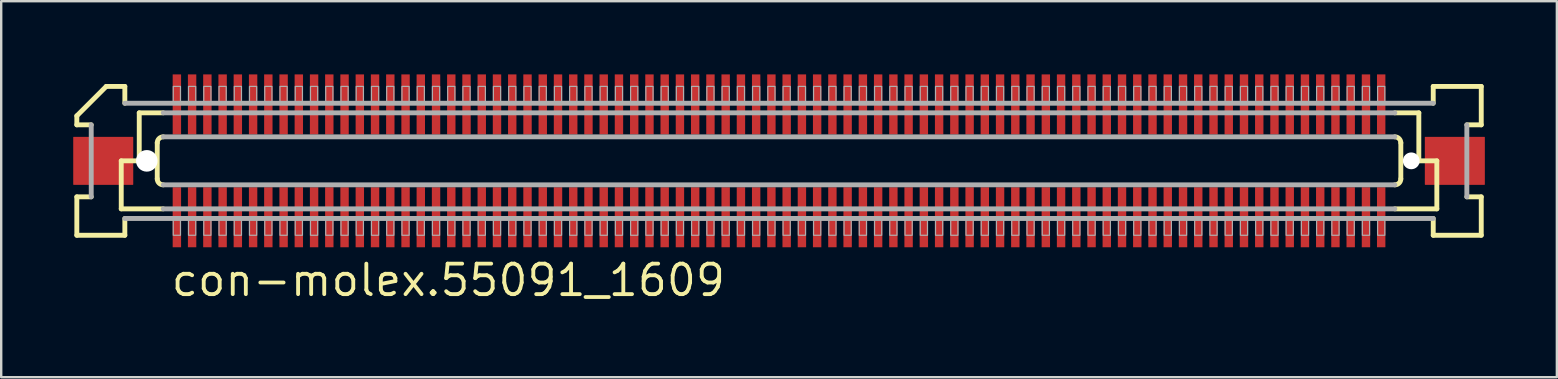
<source format=kicad_pcb>
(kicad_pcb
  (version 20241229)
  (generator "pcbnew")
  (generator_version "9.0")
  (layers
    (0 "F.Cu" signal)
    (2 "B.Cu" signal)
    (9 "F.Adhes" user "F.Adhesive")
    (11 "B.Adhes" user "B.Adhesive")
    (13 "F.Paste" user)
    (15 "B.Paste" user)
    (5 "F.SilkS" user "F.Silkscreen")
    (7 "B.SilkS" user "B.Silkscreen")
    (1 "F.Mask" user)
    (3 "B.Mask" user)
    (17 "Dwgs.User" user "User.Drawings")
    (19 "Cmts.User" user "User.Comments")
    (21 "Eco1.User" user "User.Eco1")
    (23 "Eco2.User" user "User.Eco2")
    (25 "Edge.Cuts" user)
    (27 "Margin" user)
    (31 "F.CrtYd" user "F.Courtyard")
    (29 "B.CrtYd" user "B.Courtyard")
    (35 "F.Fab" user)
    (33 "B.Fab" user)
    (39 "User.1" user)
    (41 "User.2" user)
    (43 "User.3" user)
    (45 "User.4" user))
  (footprint "con-molex.55091_1609"
    (layer "F.Cu")
    (at 29.4 3.65)
    (property "Reference" "con-molex.55091_1609" (at -25.4 5.715 0) (layer "F.SilkS") (effects (font (size 1.27 1.27) (thickness 0.16)) (justify left bottom)))
    (attr smd)
    (fp_rect (start -25.282 -1.075) (end -24.883 -3.625) (stroke (width 0.05) (type default)) (fill yes) (layer "F.Mask"))
    (fp_rect (start -25.282 3.625) (end -24.883 1.075) (stroke (width 0.05) (type default)) (fill yes) (layer "F.Mask"))
    (fp_rect (start -24.648 -1.075) (end -24.247 -3.625) (stroke (width 0.05) (type default)) (fill yes) (layer "F.Mask"))
    (fp_rect (start -24.648 3.625) (end -24.247 1.075) (stroke (width 0.05) (type default)) (fill yes) (layer "F.Mask"))
    (fp_rect (start -24.012 -1.075) (end -23.613 -3.625) (stroke (width 0.05) (type default)) (fill yes) (layer "F.Mask"))
    (fp_rect (start -24.012 3.625) (end -23.613 1.075) (stroke (width 0.05) (type default)) (fill yes) (layer "F.Mask"))
    (fp_rect (start -23.378 -1.075) (end -22.977 -3.625) (stroke (width 0.05) (type default)) (fill yes) (layer "F.Mask"))
    (fp_rect (start -23.378 3.625) (end -22.977 1.075) (stroke (width 0.05) (type default)) (fill yes) (layer "F.Mask"))
    (fp_rect (start -22.742 -1.075) (end -22.343 -3.625) (stroke (width 0.05) (type default)) (fill yes) (layer "F.Mask"))
    (fp_rect (start -22.742 3.625) (end -22.343 1.075) (stroke (width 0.05) (type default)) (fill yes) (layer "F.Mask"))
    (fp_rect (start -22.108 -1.075) (end -21.707 -3.625) (stroke (width 0.05) (type default)) (fill yes) (layer "F.Mask"))
    (fp_rect (start -22.108 3.625) (end -21.707 1.075) (stroke (width 0.05) (type default)) (fill yes) (layer "F.Mask"))
    (fp_rect (start -21.473 -1.075) (end -21.073 -3.625) (stroke (width 0.05) (type default)) (fill yes) (layer "F.Mask"))
    (fp_rect (start -21.473 3.625) (end -21.073 1.075) (stroke (width 0.05) (type default)) (fill yes) (layer "F.Mask"))
    (fp_rect (start -20.837 -1.075) (end -20.438 -3.625) (stroke (width 0.05) (type default)) (fill yes) (layer "F.Mask"))
    (fp_rect (start -20.837 3.625) (end -20.438 1.075) (stroke (width 0.05) (type default)) (fill yes) (layer "F.Mask"))
    (fp_rect (start -20.203 -1.075) (end -19.802 -3.625) (stroke (width 0.05) (type default)) (fill yes) (layer "F.Mask"))
    (fp_rect (start -20.203 3.625) (end -19.802 1.075) (stroke (width 0.05) (type default)) (fill yes) (layer "F.Mask"))
    (fp_rect (start -19.567 -1.075) (end -19.168 -3.625) (stroke (width 0.05) (type default)) (fill yes) (layer "F.Mask"))
    (fp_rect (start -19.567 3.625) (end -19.168 1.075) (stroke (width 0.05) (type default)) (fill yes) (layer "F.Mask"))
    (fp_rect (start -18.933 -1.075) (end -18.532 -3.625) (stroke (width 0.05) (type default)) (fill yes) (layer "F.Mask"))
    (fp_rect (start -18.933 3.625) (end -18.532 1.075) (stroke (width 0.05) (type default)) (fill yes) (layer "F.Mask"))
    (fp_rect (start -18.297 -1.075) (end -17.898 -3.625) (stroke (width 0.05) (type default)) (fill yes) (layer "F.Mask"))
    (fp_rect (start -18.297 3.625) (end -17.898 1.075) (stroke (width 0.05) (type default)) (fill yes) (layer "F.Mask"))
    (fp_rect (start -17.663 -1.075) (end -17.262 -3.625) (stroke (width 0.05) (type default)) (fill yes) (layer "F.Mask"))
    (fp_rect (start -17.663 3.625) (end -17.262 1.075) (stroke (width 0.05) (type default)) (fill yes) (layer "F.Mask"))
    (fp_rect (start -17.027 -1.075) (end -16.628 -3.625) (stroke (width 0.05) (type default)) (fill yes) (layer "F.Mask"))
    (fp_rect (start -17.027 3.625) (end -16.628 1.075) (stroke (width 0.05) (type default)) (fill yes) (layer "F.Mask"))
    (fp_rect (start -16.392 -1.075) (end -15.992 -3.625) (stroke (width 0.05) (type default)) (fill yes) (layer "F.Mask"))
    (fp_rect (start -16.392 3.625) (end -15.992 1.075) (stroke (width 0.05) (type default)) (fill yes) (layer "F.Mask"))
    (fp_rect (start -15.758 -1.075) (end -15.357 -3.625) (stroke (width 0.05) (type default)) (fill yes) (layer "F.Mask"))
    (fp_rect (start -15.758 3.625) (end -15.357 1.075) (stroke (width 0.05) (type default)) (fill yes) (layer "F.Mask"))
    (fp_rect (start -15.123 -1.075) (end -14.723 -3.625) (stroke (width 0.05) (type default)) (fill yes) (layer "F.Mask"))
    (fp_rect (start -15.123 3.625) (end -14.723 1.075) (stroke (width 0.05) (type default)) (fill yes) (layer "F.Mask"))
    (fp_rect (start -14.488 -1.075) (end -14.088 -3.625) (stroke (width 0.05) (type default)) (fill yes) (layer "F.Mask"))
    (fp_rect (start -14.488 3.625) (end -14.088 1.075) (stroke (width 0.05) (type default)) (fill yes) (layer "F.Mask"))
    (fp_rect (start -13.852 -1.075) (end -13.453 -3.625) (stroke (width 0.05) (type default)) (fill yes) (layer "F.Mask"))
    (fp_rect (start -13.852 3.625) (end -13.453 1.075) (stroke (width 0.05) (type default)) (fill yes) (layer "F.Mask"))
    (fp_rect (start -13.217 -1.075) (end -12.818 -3.625) (stroke (width 0.05) (type default)) (fill yes) (layer "F.Mask"))
    (fp_rect (start -13.217 3.625) (end -12.818 1.075) (stroke (width 0.05) (type default)) (fill yes) (layer "F.Mask"))
    (fp_rect (start -12.582 -1.075) (end -12.182 -3.625) (stroke (width 0.05) (type default)) (fill yes) (layer "F.Mask"))
    (fp_rect (start -12.582 3.625) (end -12.182 1.075) (stroke (width 0.05) (type default)) (fill yes) (layer "F.Mask"))
    (fp_rect (start -11.947 -1.075) (end -11.547 -3.625) (stroke (width 0.05) (type default)) (fill yes) (layer "F.Mask"))
    (fp_rect (start -11.947 3.625) (end -11.547 1.075) (stroke (width 0.05) (type default)) (fill yes) (layer "F.Mask"))
    (fp_rect (start -11.312 -1.075) (end -10.912 -3.625) (stroke (width 0.05) (type default)) (fill yes) (layer "F.Mask"))
    (fp_rect (start -11.312 3.625) (end -10.912 1.075) (stroke (width 0.05) (type default)) (fill yes) (layer "F.Mask"))
    (fp_rect (start -10.678 -1.075) (end -10.277 -3.625) (stroke (width 0.05) (type default)) (fill yes) (layer "F.Mask"))
    (fp_rect (start -10.678 3.625) (end -10.277 1.075) (stroke (width 0.05) (type default)) (fill yes) (layer "F.Mask"))
    (fp_rect (start -10.043 -1.075) (end -9.643 -3.625) (stroke (width 0.05) (type default)) (fill yes) (layer "F.Mask"))
    (fp_rect (start -10.043 3.625) (end -9.643 1.075) (stroke (width 0.05) (type default)) (fill yes) (layer "F.Mask"))
    (fp_rect (start -9.408 -1.075) (end -9.008 -3.625) (stroke (width 0.05) (type default)) (fill yes) (layer "F.Mask"))
    (fp_rect (start -9.408 3.625) (end -9.008 1.075) (stroke (width 0.05) (type default)) (fill yes) (layer "F.Mask"))
    (fp_rect (start -8.773 -1.075) (end -8.373 -3.625) (stroke (width 0.05) (type default)) (fill yes) (layer "F.Mask"))
    (fp_rect (start -8.773 3.625) (end -8.373 1.075) (stroke (width 0.05) (type default)) (fill yes) (layer "F.Mask"))
    (fp_rect (start -8.137 -1.075) (end -7.737 -3.625) (stroke (width 0.05) (type default)) (fill yes) (layer "F.Mask"))
    (fp_rect (start -8.137 3.625) (end -7.737 1.075) (stroke (width 0.05) (type default)) (fill yes) (layer "F.Mask"))
    (fp_rect (start -7.503 -1.075) (end -7.103 -3.625) (stroke (width 0.05) (type default)) (fill yes) (layer "F.Mask"))
    (fp_rect (start -7.503 3.625) (end -7.103 1.075) (stroke (width 0.05) (type default)) (fill yes) (layer "F.Mask"))
    (fp_rect (start -6.867 -1.075) (end -6.468 -3.625) (stroke (width 0.05) (type default)) (fill yes) (layer "F.Mask"))
    (fp_rect (start -6.867 3.625) (end -6.468 1.075) (stroke (width 0.05) (type default)) (fill yes) (layer "F.Mask"))
    (fp_rect (start -6.232 -1.075) (end -5.832 -3.625) (stroke (width 0.05) (type default)) (fill yes) (layer "F.Mask"))
    (fp_rect (start -6.232 3.625) (end -5.832 1.075) (stroke (width 0.05) (type default)) (fill yes) (layer "F.Mask"))
    (fp_rect (start -5.598 -1.075) (end -5.197 -3.625) (stroke (width 0.05) (type default)) (fill yes) (layer "F.Mask"))
    (fp_rect (start -5.598 3.625) (end -5.197 1.075) (stroke (width 0.05) (type default)) (fill yes) (layer "F.Mask"))
    (fp_rect (start -4.963 -1.075) (end -4.562 -3.625) (stroke (width 0.05) (type default)) (fill yes) (layer "F.Mask"))
    (fp_rect (start -4.963 3.625) (end -4.562 1.075) (stroke (width 0.05) (type default)) (fill yes) (layer "F.Mask"))
    (fp_rect (start -4.327 -1.075) (end -3.928 -3.625) (stroke (width 0.05) (type default)) (fill yes) (layer "F.Mask"))
    (fp_rect (start -4.327 3.625) (end -3.928 1.075) (stroke (width 0.05) (type default)) (fill yes) (layer "F.Mask"))
    (fp_rect (start -3.692 -1.075) (end -3.292 -3.625) (stroke (width 0.05) (type default)) (fill yes) (layer "F.Mask"))
    (fp_rect (start -3.692 3.625) (end -3.292 1.075) (stroke (width 0.05) (type default)) (fill yes) (layer "F.Mask"))
    (fp_rect (start -3.058 -1.075) (end -2.658 -3.625) (stroke (width 0.05) (type default)) (fill yes) (layer "F.Mask"))
    (fp_rect (start -3.058 3.625) (end -2.658 1.075) (stroke (width 0.05) (type default)) (fill yes) (layer "F.Mask"))
    (fp_rect (start -2.422 -1.075) (end -2.022 -3.625) (stroke (width 0.05) (type default)) (fill yes) (layer "F.Mask"))
    (fp_rect (start -2.422 3.625) (end -2.022 1.075) (stroke (width 0.05) (type default)) (fill yes) (layer "F.Mask"))
    (fp_rect (start -1.788 -1.075) (end -1.387 -3.625) (stroke (width 0.05) (type default)) (fill yes) (layer "F.Mask"))
    (fp_rect (start -1.788 3.625) (end -1.387 1.075) (stroke (width 0.05) (type default)) (fill yes) (layer "F.Mask"))
    (fp_rect (start -1.153 -1.075) (end -0.752 -3.625) (stroke (width 0.05) (type default)) (fill yes) (layer "F.Mask"))
    (fp_rect (start -1.153 3.625) (end -0.752 1.075) (stroke (width 0.05) (type default)) (fill yes) (layer "F.Mask"))
    (fp_rect (start -0.517 -1.075) (end -0.117 -3.625) (stroke (width 0.05) (type default)) (fill yes) (layer "F.Mask"))
    (fp_rect (start -0.517 3.625) (end -0.117 1.075) (stroke (width 0.05) (type default)) (fill yes) (layer "F.Mask"))
    (fp_rect (start 0.117 -1.075) (end 0.517 -3.625) (stroke (width 0.05) (type default)) (fill yes) (layer "F.Mask"))
    (fp_rect (start 0.117 3.625) (end 0.517 1.075) (stroke (width 0.05) (type default)) (fill yes) (layer "F.Mask"))
    (fp_rect (start 0.752 -1.075) (end 1.153 -3.625) (stroke (width 0.05) (type default)) (fill yes) (layer "F.Mask"))
    (fp_rect (start 0.752 3.625) (end 1.153 1.075) (stroke (width 0.05) (type default)) (fill yes) (layer "F.Mask"))
    (fp_rect (start 1.387 -1.075) (end 1.788 -3.625) (stroke (width 0.05) (type default)) (fill yes) (layer "F.Mask"))
    (fp_rect (start 1.387 3.625) (end 1.788 1.075) (stroke (width 0.05) (type default)) (fill yes) (layer "F.Mask"))
    (fp_rect (start 2.022 -1.075) (end 2.422 -3.625) (stroke (width 0.05) (type default)) (fill yes) (layer "F.Mask"))
    (fp_rect (start 2.022 3.625) (end 2.422 1.075) (stroke (width 0.05) (type default)) (fill yes) (layer "F.Mask"))
    (fp_rect (start 2.658 -1.075) (end 3.058 -3.625) (stroke (width 0.05) (type default)) (fill yes) (layer "F.Mask"))
    (fp_rect (start 2.658 3.625) (end 3.058 1.075) (stroke (width 0.05) (type default)) (fill yes) (layer "F.Mask"))
    (fp_rect (start 3.292 -1.075) (end 3.692 -3.625) (stroke (width 0.05) (type default)) (fill yes) (layer "F.Mask"))
    (fp_rect (start 3.292 3.625) (end 3.692 1.075) (stroke (width 0.05) (type default)) (fill yes) (layer "F.Mask"))
    (fp_rect (start 3.928 -1.075) (end 4.327 -3.625) (stroke (width 0.05) (type default)) (fill yes) (layer "F.Mask"))
    (fp_rect (start 3.928 3.625) (end 4.327 1.075) (stroke (width 0.05) (type default)) (fill yes) (layer "F.Mask"))
    (fp_rect (start 4.562 -1.075) (end 4.963 -3.625) (stroke (width 0.05) (type default)) (fill yes) (layer "F.Mask"))
    (fp_rect (start 4.562 3.625) (end 4.963 1.075) (stroke (width 0.05) (type default)) (fill yes) (layer "F.Mask"))
    (fp_rect (start 5.197 -1.075) (end 5.598 -3.625) (stroke (width 0.05) (type default)) (fill yes) (layer "F.Mask"))
    (fp_rect (start 5.197 3.625) (end 5.598 1.075) (stroke (width 0.05) (type default)) (fill yes) (layer "F.Mask"))
    (fp_rect (start 5.832 -1.075) (end 6.232 -3.625) (stroke (width 0.05) (type default)) (fill yes) (layer "F.Mask"))
    (fp_rect (start 5.832 3.625) (end 6.232 1.075) (stroke (width 0.05) (type default)) (fill yes) (layer "F.Mask"))
    (fp_rect (start 6.468 -1.075) (end 6.867 -3.625) (stroke (width 0.05) (type default)) (fill yes) (layer "F.Mask"))
    (fp_rect (start 6.468 3.625) (end 6.867 1.075) (stroke (width 0.05) (type default)) (fill yes) (layer "F.Mask"))
    (fp_rect (start 7.103 -1.075) (end 7.503 -3.625) (stroke (width 0.05) (type default)) (fill yes) (layer "F.Mask"))
    (fp_rect (start 7.103 3.625) (end 7.503 1.075) (stroke (width 0.05) (type default)) (fill yes) (layer "F.Mask"))
    (fp_rect (start 7.737 -1.075) (end 8.137 -3.625) (stroke (width 0.05) (type default)) (fill yes) (layer "F.Mask"))
    (fp_rect (start 7.737 3.625) (end 8.137 1.075) (stroke (width 0.05) (type default)) (fill yes) (layer "F.Mask"))
    (fp_rect (start 8.373 -1.075) (end 8.773 -3.625) (stroke (width 0.05) (type default)) (fill yes) (layer "F.Mask"))
    (fp_rect (start 8.373 3.625) (end 8.773 1.075) (stroke (width 0.05) (type default)) (fill yes) (layer "F.Mask"))
    (fp_rect (start 9.008 -1.075) (end 9.408 -3.625) (stroke (width 0.05) (type default)) (fill yes) (layer "F.Mask"))
    (fp_rect (start 9.008 3.625) (end 9.408 1.075) (stroke (width 0.05) (type default)) (fill yes) (layer "F.Mask"))
    (fp_rect (start 9.643 -1.075) (end 10.043 -3.625) (stroke (width 0.05) (type default)) (fill yes) (layer "F.Mask"))
    (fp_rect (start 9.643 3.625) (end 10.043 1.075) (stroke (width 0.05) (type default)) (fill yes) (layer "F.Mask"))
    (fp_rect (start 10.277 -1.075) (end 10.678 -3.625) (stroke (width 0.05) (type default)) (fill yes) (layer "F.Mask"))
    (fp_rect (start 10.277 3.625) (end 10.678 1.075) (stroke (width 0.05) (type default)) (fill yes) (layer "F.Mask"))
    (fp_rect (start 10.912 -1.075) (end 11.312 -3.625) (stroke (width 0.05) (type default)) (fill yes) (layer "F.Mask"))
    (fp_rect (start 10.912 3.625) (end 11.312 1.075) (stroke (width 0.05) (type default)) (fill yes) (layer "F.Mask"))
    (fp_rect (start 11.547 -1.075) (end 11.947 -3.625) (stroke (width 0.05) (type default)) (fill yes) (layer "F.Mask"))
    (fp_rect (start 11.547 3.625) (end 11.947 1.075) (stroke (width 0.05) (type default)) (fill yes) (layer "F.Mask"))
    (fp_rect (start 12.182 -1.075) (end 12.582 -3.625) (stroke (width 0.05) (type default)) (fill yes) (layer "F.Mask"))
    (fp_rect (start 12.182 3.625) (end 12.582 1.075) (stroke (width 0.05) (type default)) (fill yes) (layer "F.Mask"))
    (fp_rect (start 12.818 -1.075) (end 13.217 -3.625) (stroke (width 0.05) (type default)) (fill yes) (layer "F.Mask"))
    (fp_rect (start 12.818 3.625) (end 13.217 1.075) (stroke (width 0.05) (type default)) (fill yes) (layer "F.Mask"))
    (fp_rect (start 13.453 -1.075) (end 13.852 -3.625) (stroke (width 0.05) (type default)) (fill yes) (layer "F.Mask"))
    (fp_rect (start 13.453 3.625) (end 13.852 1.075) (stroke (width 0.05) (type default)) (fill yes) (layer "F.Mask"))
    (fp_rect (start 14.088 -1.075) (end 14.488 -3.625) (stroke (width 0.05) (type default)) (fill yes) (layer "F.Mask"))
    (fp_rect (start 14.088 3.625) (end 14.488 1.075) (stroke (width 0.05) (type default)) (fill yes) (layer "F.Mask"))
    (fp_rect (start 14.723 -1.075) (end 15.123 -3.625) (stroke (width 0.05) (type default)) (fill yes) (layer "F.Mask"))
    (fp_rect (start 14.723 3.625) (end 15.123 1.075) (stroke (width 0.05) (type default)) (fill yes) (layer "F.Mask"))
    (fp_rect (start 15.357 -1.075) (end 15.758 -3.625) (stroke (width 0.05) (type default)) (fill yes) (layer "F.Mask"))
    (fp_rect (start 15.357 3.625) (end 15.758 1.075) (stroke (width 0.05) (type default)) (fill yes) (layer "F.Mask"))
    (fp_rect (start 15.992 -1.075) (end 16.392 -3.625) (stroke (width 0.05) (type default)) (fill yes) (layer "F.Mask"))
    (fp_rect (start 15.992 3.625) (end 16.392 1.075) (stroke (width 0.05) (type default)) (fill yes) (layer "F.Mask"))
    (fp_rect (start 16.628 -1.075) (end 17.027 -3.625) (stroke (width 0.05) (type default)) (fill yes) (layer "F.Mask"))
    (fp_rect (start 16.628 3.625) (end 17.027 1.075) (stroke (width 0.05) (type default)) (fill yes) (layer "F.Mask"))
    (fp_rect (start 17.262 -1.075) (end 17.663 -3.625) (stroke (width 0.05) (type default)) (fill yes) (layer "F.Mask"))
    (fp_rect (start 17.262 3.625) (end 17.663 1.075) (stroke (width 0.05) (type default)) (fill yes) (layer "F.Mask"))
    (fp_rect (start 17.898 -1.075) (end 18.297 -3.625) (stroke (width 0.05) (type default)) (fill yes) (layer "F.Mask"))
    (fp_rect (start 17.898 3.625) (end 18.297 1.075) (stroke (width 0.05) (type default)) (fill yes) (layer "F.Mask"))
    (fp_rect (start 18.532 -1.075) (end 18.933 -3.625) (stroke (width 0.05) (type default)) (fill yes) (layer "F.Mask"))
    (fp_rect (start 18.532 3.625) (end 18.933 1.075) (stroke (width 0.05) (type default)) (fill yes) (layer "F.Mask"))
    (fp_rect (start 19.168 -1.075) (end 19.567 -3.625) (stroke (width 0.05) (type default)) (fill yes) (layer "F.Mask"))
    (fp_rect (start 19.168 3.625) (end 19.567 1.075) (stroke (width 0.05) (type default)) (fill yes) (layer "F.Mask"))
    (fp_rect (start 19.802 -1.075) (end 20.203 -3.625) (stroke (width 0.05) (type default)) (fill yes) (layer "F.Mask"))
    (fp_rect (start 19.802 3.625) (end 20.203 1.075) (stroke (width 0.05) (type default)) (fill yes) (layer "F.Mask"))
    (fp_rect (start 20.438 -1.075) (end 20.837 -3.625) (stroke (width 0.05) (type default)) (fill yes) (layer "F.Mask"))
    (fp_rect (start 20.438 3.625) (end 20.837 1.075) (stroke (width 0.05) (type default)) (fill yes) (layer "F.Mask"))
    (fp_rect (start 21.073 -1.075) (end 21.473 -3.625) (stroke (width 0.05) (type default)) (fill yes) (layer "F.Mask"))
    (fp_rect (start 21.073 3.625) (end 21.473 1.075) (stroke (width 0.05) (type default)) (fill yes) (layer "F.Mask"))
    (fp_rect (start 21.707 -1.075) (end 22.108 -3.625) (stroke (width 0.05) (type default)) (fill yes) (layer "F.Mask"))
    (fp_rect (start 21.707 3.625) (end 22.108 1.075) (stroke (width 0.05) (type default)) (fill yes) (layer "F.Mask"))
    (fp_rect (start 22.343 -1.075) (end 22.742 -3.625) (stroke (width 0.05) (type default)) (fill yes) (layer "F.Mask"))
    (fp_rect (start 22.343 3.625) (end 22.742 1.075) (stroke (width 0.05) (type default)) (fill yes) (layer "F.Mask"))
    (fp_rect (start 22.977 -1.075) (end 23.378 -3.625) (stroke (width 0.05) (type default)) (fill yes) (layer "F.Mask"))
    (fp_rect (start 22.977 3.625) (end 23.378 1.075) (stroke (width 0.05) (type default)) (fill yes) (layer "F.Mask"))
    (fp_rect (start 23.613 -1.075) (end 24.012 -3.625) (stroke (width 0.05) (type default)) (fill yes) (layer "F.Mask"))
    (fp_rect (start 23.613 3.625) (end 24.012 1.075) (stroke (width 0.05) (type default)) (fill yes) (layer "F.Mask"))
    (fp_rect (start 24.247 -1.075) (end 24.648 -3.625) (stroke (width 0.05) (type default)) (fill yes) (layer "F.Mask"))
    (fp_rect (start 24.247 3.625) (end 24.648 1.075) (stroke (width 0.05) (type default)) (fill yes) (layer "F.Mask"))
    (fp_rect (start 24.883 -1.075) (end 25.282 -3.625) (stroke (width 0.05) (type default)) (fill yes) (layer "F.Mask"))
    (fp_rect (start 24.883 3.625) (end 25.282 1.075) (stroke (width 0.05) (type default)) (fill yes) (layer "F.Mask"))
    (fp_line (start -29.25 -1.5) (end -29.25 -1.875) (stroke (width 0.203) (type default)) (layer "F.SilkS"))
    (fp_line (start -29.25 1.5) (end -28.65 1.5) (stroke (width 0.203) (type default)) (layer "F.SilkS"))
    (fp_line (start -29.25 3.1) (end -29.25 1.5) (stroke (width 0.203) (type default)) (layer "F.SilkS"))
    (fp_line (start -28.65 -1.5) (end -29.25 -1.5) (stroke (width 0.203) (type default)) (layer "F.SilkS"))
    (fp_line (start -28.025 -3.1) (end -29.25 -1.875) (stroke (width 0.203) (type default)) (layer "F.SilkS"))
    (fp_line (start -28.025 -3.1) (end -27.25 -3.1) (stroke (width 0.203) (type default)) (layer "F.SilkS"))
    (fp_line (start -27.4 0) (end -27.4 2) (stroke (width 0.203) (type default)) (layer "F.SilkS"))
    (fp_line (start -27.4 2) (end -25.65 2) (stroke (width 0.203) (type default)) (layer "F.SilkS"))
    (fp_line (start -27.25 -3.1) (end -27.25 -2.4) (stroke (width 0.203) (type default)) (layer "F.SilkS"))
    (fp_line (start -27.25 2.4) (end -27.25 3.1) (stroke (width 0.203) (type default)) (layer "F.SilkS"))
    (fp_line (start -27.25 3.1) (end -29.25 3.1) (stroke (width 0.203) (type default)) (layer "F.SilkS"))
    (fp_line (start -26.65 -2) (end -26.65 0) (stroke (width 0.203) (type default)) (layer "F.SilkS"))
    (fp_line (start -26.65 0) (end -27.4 0) (stroke (width 0.203) (type default)) (layer "F.SilkS"))
    (fp_line (start -25.9 0.75) (end -25.9 -0.75) (stroke (width 0.203) (type default)) (layer "F.SilkS"))
    (fp_line (start -25.65 -2) (end -26.65 -2) (stroke (width 0.203) (type default)) (layer "F.SilkS"))
    (fp_line (start 25.65 2) (end 27.4 2) (stroke (width 0.203) (type default)) (layer "F.SilkS"))
    (fp_line (start 25.9 -0.75) (end 25.9 0.75) (stroke (width 0.203) (type default)) (layer "F.SilkS"))
    (fp_line (start 26.65 -2) (end 25.65 -2) (stroke (width 0.203) (type default)) (layer "F.SilkS"))
    (fp_line (start 26.65 -2) (end 26.65 0) (stroke (width 0.203) (type default)) (layer "F.SilkS"))
    (fp_line (start 27.25 -3.1) (end 29.25 -3.1) (stroke (width 0.203) (type default)) (layer "F.SilkS"))
    (fp_line (start 27.25 -2.4) (end 27.25 -3.1) (stroke (width 0.203) (type default)) (layer "F.SilkS"))
    (fp_line (start 27.25 3.1) (end 27.25 2.4) (stroke (width 0.203) (type default)) (layer "F.SilkS"))
    (fp_line (start 27.4 0) (end 26.65 0) (stroke (width 0.203) (type default)) (layer "F.SilkS"))
    (fp_line (start 27.4 0) (end 27.4 2) (stroke (width 0.203) (type default)) (layer "F.SilkS"))
    (fp_line (start 28.65 1.5) (end 29.25 1.5) (stroke (width 0.203) (type default)) (layer "F.SilkS"))
    (fp_line (start 29.25 -3.1) (end 29.25 -1.5) (stroke (width 0.203) (type default)) (layer "F.SilkS"))
    (fp_line (start 29.25 -1.5) (end 28.65 -1.5) (stroke (width 0.203) (type default)) (layer "F.SilkS"))
    (fp_line (start 29.25 1.5) (end 29.25 3.1) (stroke (width 0.203) (type default)) (layer "F.SilkS"))
    (fp_line (start 29.25 3.1) (end 27.25 3.1) (stroke (width 0.203) (type default)) (layer "F.SilkS"))
    (fp_arc (start -25.9 -0.75) (mid -25.826777 -0.926777) (end -25.65 -1) (stroke (width 0.2032) (type default)) (layer "F.SilkS"))
    (fp_arc (start -25.65 1) (mid -25.826777 0.926777) (end -25.9 0.75) (stroke (width 0.2032) (type default)) (layer "F.SilkS"))
    (fp_arc (start 25.65 -1) (mid 25.826777 -0.926777) (end 25.9 -0.75) (stroke (width 0.2032) (type default)) (layer "F.SilkS"))
    (fp_arc (start 25.9 0.75) (mid 25.826777 0.926777) (end 25.65 1) (stroke (width 0.2032) (type default)) (layer "F.SilkS"))
    (fp_line (start -28.65 1.5) (end -28.65 -1.5) (stroke (width 0.203) (type default)) (layer "F.Fab"))
    (fp_line (start -27.25 -2.4) (end 27.25 -2.4) (stroke (width 0.203) (type default)) (layer "F.Fab"))
    (fp_line (start -25.65 -1) (end 25.65 -1) (stroke (width 0.203) (type default)) (layer "F.Fab"))
    (fp_line (start -25.65 2) (end 25.65 2) (stroke (width 0.203) (type default)) (layer "F.Fab"))
    (fp_line (start 25.65 -2) (end -25.65 -2) (stroke (width 0.203) (type default)) (layer "F.Fab"))
    (fp_line (start 25.65 1) (end -25.65 1) (stroke (width 0.203) (type default)) (layer "F.Fab"))
    (fp_line (start 27.25 2.4) (end -27.25 2.4) (stroke (width 0.203) (type default)) (layer "F.Fab"))
    (fp_line (start 28.65 -1.5) (end 28.65 1.5) (stroke (width 0.203) (type default)) (layer "F.Fab"))
    (fp_rect (start -25.233 -2.375) (end -24.933 -3.1) (stroke (width 0.05) (type default)) (fill no) (layer "F.Fab"))
    (fp_rect (start -25.233 3.1) (end -24.933 2.375) (stroke (width 0.05) (type default)) (fill no) (layer "F.Fab"))
    (fp_rect (start -24.598 -2.375) (end -24.297 -3.1) (stroke (width 0.05) (type default)) (fill no) (layer "F.Fab"))
    (fp_rect (start -24.598 3.1) (end -24.297 2.375) (stroke (width 0.05) (type default)) (fill no) (layer "F.Fab"))
    (fp_rect (start -23.962 -2.375) (end -23.663 -3.1) (stroke (width 0.05) (type default)) (fill no) (layer "F.Fab"))
    (fp_rect (start -23.962 3.1) (end -23.663 2.375) (stroke (width 0.05) (type default)) (fill no) (layer "F.Fab"))
    (fp_rect (start -23.328 -2.375) (end -23.027 -3.1) (stroke (width 0.05) (type default)) (fill no) (layer "F.Fab"))
    (fp_rect (start -23.328 3.1) (end -23.027 2.375) (stroke (width 0.05) (type default)) (fill no) (layer "F.Fab"))
    (fp_rect (start -22.692 -2.375) (end -22.392 -3.1) (stroke (width 0.05) (type default)) (fill no) (layer "F.Fab"))
    (fp_rect (start -22.692 3.1) (end -22.392 2.375) (stroke (width 0.05) (type default)) (fill no) (layer "F.Fab"))
    (fp_rect (start -22.058 -2.375) (end -21.758 -3.1) (stroke (width 0.05) (type default)) (fill no) (layer "F.Fab"))
    (fp_rect (start -22.058 3.1) (end -21.758 2.375) (stroke (width 0.05) (type default)) (fill no) (layer "F.Fab"))
    (fp_rect (start -21.422 -2.375) (end -21.122 -3.1) (stroke (width 0.05) (type default)) (fill no) (layer "F.Fab"))
    (fp_rect (start -21.422 3.1) (end -21.122 2.375) (stroke (width 0.05) (type default)) (fill no) (layer "F.Fab"))
    (fp_rect (start -20.788 -2.375) (end -20.488 -3.1) (stroke (width 0.05) (type default)) (fill no) (layer "F.Fab"))
    (fp_rect (start -20.788 3.1) (end -20.488 2.375) (stroke (width 0.05) (type default)) (fill no) (layer "F.Fab"))
    (fp_rect (start -20.152 -2.375) (end -19.852 -3.1) (stroke (width 0.05) (type default)) (fill no) (layer "F.Fab"))
    (fp_rect (start -20.152 3.1) (end -19.852 2.375) (stroke (width 0.05) (type default)) (fill no) (layer "F.Fab"))
    (fp_rect (start -19.517 -2.375) (end -19.218 -3.1) (stroke (width 0.05) (type default)) (fill no) (layer "F.Fab"))
    (fp_rect (start -19.517 3.1) (end -19.218 2.375) (stroke (width 0.05) (type default)) (fill no) (layer "F.Fab"))
    (fp_rect (start -18.883 -2.375) (end -18.582 -3.1) (stroke (width 0.05) (type default)) (fill no) (layer "F.Fab"))
    (fp_rect (start -18.883 3.1) (end -18.582 2.375) (stroke (width 0.05) (type default)) (fill no) (layer "F.Fab"))
    (fp_rect (start -18.247 -2.375) (end -17.948 -3.1) (stroke (width 0.05) (type default)) (fill no) (layer "F.Fab"))
    (fp_rect (start -18.247 3.1) (end -17.948 2.375) (stroke (width 0.05) (type default)) (fill no) (layer "F.Fab"))
    (fp_rect (start -17.613 -2.375) (end -17.312 -3.1) (stroke (width 0.05) (type default)) (fill no) (layer "F.Fab"))
    (fp_rect (start -17.613 3.1) (end -17.312 2.375) (stroke (width 0.05) (type default)) (fill no) (layer "F.Fab"))
    (fp_rect (start -16.977 -2.375) (end -16.677 -3.1) (stroke (width 0.05) (type default)) (fill no) (layer "F.Fab"))
    (fp_rect (start -16.977 3.1) (end -16.677 2.375) (stroke (width 0.05) (type default)) (fill no) (layer "F.Fab"))
    (fp_rect (start -16.343 -2.375) (end -16.043 -3.1) (stroke (width 0.05) (type default)) (fill no) (layer "F.Fab"))
    (fp_rect (start -16.343 3.1) (end -16.043 2.375) (stroke (width 0.05) (type default)) (fill no) (layer "F.Fab"))
    (fp_rect (start -15.707 -2.375) (end -15.408 -3.1) (stroke (width 0.05) (type default)) (fill no) (layer "F.Fab"))
    (fp_rect (start -15.707 3.1) (end -15.408 2.375) (stroke (width 0.05) (type default)) (fill no) (layer "F.Fab"))
    (fp_rect (start -15.072 -2.375) (end -14.773 -3.1) (stroke (width 0.05) (type default)) (fill no) (layer "F.Fab"))
    (fp_rect (start -15.072 3.1) (end -14.773 2.375) (stroke (width 0.05) (type default)) (fill no) (layer "F.Fab"))
    (fp_rect (start -14.438 -2.375) (end -14.137 -3.1) (stroke (width 0.05) (type default)) (fill no) (layer "F.Fab"))
    (fp_rect (start -14.438 3.1) (end -14.137 2.375) (stroke (width 0.05) (type default)) (fill no) (layer "F.Fab"))
    (fp_rect (start -13.803 -2.375) (end -13.502 -3.1) (stroke (width 0.05) (type default)) (fill no) (layer "F.Fab"))
    (fp_rect (start -13.803 3.1) (end -13.502 2.375) (stroke (width 0.05) (type default)) (fill no) (layer "F.Fab"))
    (fp_rect (start -13.168 -2.375) (end -12.867 -3.1) (stroke (width 0.05) (type default)) (fill no) (layer "F.Fab"))
    (fp_rect (start -13.168 3.1) (end -12.867 2.375) (stroke (width 0.05) (type default)) (fill no) (layer "F.Fab"))
    (fp_rect (start -12.533 -2.375) (end -12.232 -3.1) (stroke (width 0.05) (type default)) (fill no) (layer "F.Fab"))
    (fp_rect (start -12.533 3.1) (end -12.232 2.375) (stroke (width 0.05) (type default)) (fill no) (layer "F.Fab"))
    (fp_rect (start -11.898 -2.375) (end -11.598 -3.1) (stroke (width 0.05) (type default)) (fill no) (layer "F.Fab"))
    (fp_rect (start -11.898 3.1) (end -11.598 2.375) (stroke (width 0.05) (type default)) (fill no) (layer "F.Fab"))
    (fp_rect (start -11.262 -2.375) (end -10.963 -3.1) (stroke (width 0.05) (type default)) (fill no) (layer "F.Fab"))
    (fp_rect (start -11.262 3.1) (end -10.963 2.375) (stroke (width 0.05) (type default)) (fill no) (layer "F.Fab"))
    (fp_rect (start -10.627 -2.375) (end -10.328 -3.1) (stroke (width 0.05) (type default)) (fill no) (layer "F.Fab"))
    (fp_rect (start -10.627 3.1) (end -10.328 2.375) (stroke (width 0.05) (type default)) (fill no) (layer "F.Fab"))
    (fp_rect (start -9.992 -2.375) (end -9.693 -3.1) (stroke (width 0.05) (type default)) (fill no) (layer "F.Fab"))
    (fp_rect (start -9.992 3.1) (end -9.693 2.375) (stroke (width 0.05) (type default)) (fill no) (layer "F.Fab"))
    (fp_rect (start -9.357 -2.375) (end -9.057 -3.1) (stroke (width 0.05) (type default)) (fill no) (layer "F.Fab"))
    (fp_rect (start -9.357 3.1) (end -9.057 2.375) (stroke (width 0.05) (type default)) (fill no) (layer "F.Fab"))
    (fp_rect (start -8.723 -2.375) (end -8.422 -3.1) (stroke (width 0.05) (type default)) (fill no) (layer "F.Fab"))
    (fp_rect (start -8.723 3.1) (end -8.422 2.375) (stroke (width 0.05) (type default)) (fill no) (layer "F.Fab"))
    (fp_rect (start -8.088 -2.375) (end -7.787 -3.1) (stroke (width 0.05) (type default)) (fill no) (layer "F.Fab"))
    (fp_rect (start -8.088 3.1) (end -7.787 2.375) (stroke (width 0.05) (type default)) (fill no) (layer "F.Fab"))
    (fp_rect (start -7.452 -2.375) (end -7.152 -3.1) (stroke (width 0.05) (type default)) (fill no) (layer "F.Fab"))
    (fp_rect (start -7.452 3.1) (end -7.152 2.375) (stroke (width 0.05) (type default)) (fill no) (layer "F.Fab"))
    (fp_rect (start -6.817 -2.375) (end -6.518 -3.1) (stroke (width 0.05) (type default)) (fill no) (layer "F.Fab"))
    (fp_rect (start -6.817 3.1) (end -6.518 2.375) (stroke (width 0.05) (type default)) (fill no) (layer "F.Fab"))
    (fp_rect (start -6.183 -2.375) (end -5.883 -3.1) (stroke (width 0.05) (type default)) (fill no) (layer "F.Fab"))
    (fp_rect (start -6.183 3.1) (end -5.883 2.375) (stroke (width 0.05) (type default)) (fill no) (layer "F.Fab"))
    (fp_rect (start -5.548 -2.375) (end -5.247 -3.1) (stroke (width 0.05) (type default)) (fill no) (layer "F.Fab"))
    (fp_rect (start -5.548 3.1) (end -5.247 2.375) (stroke (width 0.05) (type default)) (fill no) (layer "F.Fab"))
    (fp_rect (start -4.912 -2.375) (end -4.612 -3.1) (stroke (width 0.05) (type default)) (fill no) (layer "F.Fab"))
    (fp_rect (start -4.912 3.1) (end -4.612 2.375) (stroke (width 0.05) (type default)) (fill no) (layer "F.Fab"))
    (fp_rect (start -4.277 -2.375) (end -3.978 -3.1) (stroke (width 0.05) (type default)) (fill no) (layer "F.Fab"))
    (fp_rect (start -4.277 3.1) (end -3.978 2.375) (stroke (width 0.05) (type default)) (fill no) (layer "F.Fab"))
    (fp_rect (start -3.643 -2.375) (end -3.342 -3.1) (stroke (width 0.05) (type default)) (fill no) (layer "F.Fab"))
    (fp_rect (start -3.643 3.1) (end -3.342 2.375) (stroke (width 0.05) (type default)) (fill no) (layer "F.Fab"))
    (fp_rect (start -3.007 -2.375) (end -2.708 -3.1) (stroke (width 0.05) (type default)) (fill no) (layer "F.Fab"))
    (fp_rect (start -3.007 3.1) (end -2.708 2.375) (stroke (width 0.05) (type default)) (fill no) (layer "F.Fab"))
    (fp_rect (start -2.373 -2.375) (end -2.072 -3.1) (stroke (width 0.05) (type default)) (fill no) (layer "F.Fab"))
    (fp_rect (start -2.373 3.1) (end -2.072 2.375) (stroke (width 0.05) (type default)) (fill no) (layer "F.Fab"))
    (fp_rect (start -1.738 -2.375) (end -1.438 -3.1) (stroke (width 0.05) (type default)) (fill no) (layer "F.Fab"))
    (fp_rect (start -1.738 3.1) (end -1.438 2.375) (stroke (width 0.05) (type default)) (fill no) (layer "F.Fab"))
    (fp_rect (start -1.103 -2.375) (end -0.802 -3.1) (stroke (width 0.05) (type default)) (fill no) (layer "F.Fab"))
    (fp_rect (start -1.103 3.1) (end -0.802 2.375) (stroke (width 0.05) (type default)) (fill no) (layer "F.Fab"))
    (fp_rect (start -0.468 -2.375) (end -0.168 -3.1) (stroke (width 0.05) (type default)) (fill no) (layer "F.Fab"))
    (fp_rect (start -0.468 3.1) (end -0.168 2.375) (stroke (width 0.05) (type default)) (fill no) (layer "F.Fab"))
    (fp_rect (start 0.168 -2.375) (end 0.468 -3.1) (stroke (width 0.05) (type default)) (fill no) (layer "F.Fab"))
    (fp_rect (start 0.168 3.1) (end 0.468 2.375) (stroke (width 0.05) (type default)) (fill no) (layer "F.Fab"))
    (fp_rect (start 0.802 -2.375) (end 1.103 -3.1) (stroke (width 0.05) (type default)) (fill no) (layer "F.Fab"))
    (fp_rect (start 0.802 3.1) (end 1.103 2.375) (stroke (width 0.05) (type default)) (fill no) (layer "F.Fab"))
    (fp_rect (start 1.438 -2.375) (end 1.738 -3.1) (stroke (width 0.05) (type default)) (fill no) (layer "F.Fab"))
    (fp_rect (start 1.438 3.1) (end 1.738 2.375) (stroke (width 0.05) (type default)) (fill no) (layer "F.Fab"))
    (fp_rect (start 2.072 -2.375) (end 2.373 -3.1) (stroke (width 0.05) (type default)) (fill no) (layer "F.Fab"))
    (fp_rect (start 2.072 3.1) (end 2.373 2.375) (stroke (width 0.05) (type default)) (fill no) (layer "F.Fab"))
    (fp_rect (start 2.708 -2.375) (end 3.007 -3.1) (stroke (width 0.05) (type default)) (fill no) (layer "F.Fab"))
    (fp_rect (start 2.708 3.1) (end 3.007 2.375) (stroke (width 0.05) (type default)) (fill no) (layer "F.Fab"))
    (fp_rect (start 3.342 -2.375) (end 3.643 -3.1) (stroke (width 0.05) (type default)) (fill no) (layer "F.Fab"))
    (fp_rect (start 3.342 3.1) (end 3.643 2.375) (stroke (width 0.05) (type default)) (fill no) (layer "F.Fab"))
    (fp_rect (start 3.978 -2.375) (end 4.277 -3.1) (stroke (width 0.05) (type default)) (fill no) (layer "F.Fab"))
    (fp_rect (start 3.978 3.1) (end 4.277 2.375) (stroke (width 0.05) (type default)) (fill no) (layer "F.Fab"))
    (fp_rect (start 4.612 -2.375) (end 4.912 -3.1) (stroke (width 0.05) (type default)) (fill no) (layer "F.Fab"))
    (fp_rect (start 4.612 3.1) (end 4.912 2.375) (stroke (width 0.05) (type default)) (fill no) (layer "F.Fab"))
    (fp_rect (start 5.247 -2.375) (end 5.548 -3.1) (stroke (width 0.05) (type default)) (fill no) (layer "F.Fab"))
    (fp_rect (start 5.247 3.1) (end 5.548 2.375) (stroke (width 0.05) (type default)) (fill no) (layer "F.Fab"))
    (fp_rect (start 5.883 -2.375) (end 6.183 -3.1) (stroke (width 0.05) (type default)) (fill no) (layer "F.Fab"))
    (fp_rect (start 5.883 3.1) (end 6.183 2.375) (stroke (width 0.05) (type default)) (fill no) (layer "F.Fab"))
    (fp_rect (start 6.518 -2.375) (end 6.817 -3.1) (stroke (width 0.05) (type default)) (fill no) (layer "F.Fab"))
    (fp_rect (start 6.518 3.1) (end 6.817 2.375) (stroke (width 0.05) (type default)) (fill no) (layer "F.Fab"))
    (fp_rect (start 7.152 -2.375) (end 7.452 -3.1) (stroke (width 0.05) (type default)) (fill no) (layer "F.Fab"))
    (fp_rect (start 7.152 3.1) (end 7.452 2.375) (stroke (width 0.05) (type default)) (fill no) (layer "F.Fab"))
    (fp_rect (start 7.787 -2.375) (end 8.088 -3.1) (stroke (width 0.05) (type default)) (fill no) (layer "F.Fab"))
    (fp_rect (start 7.787 3.1) (end 8.088 2.375) (stroke (width 0.05) (type default)) (fill no) (layer "F.Fab"))
    (fp_rect (start 8.422 -2.375) (end 8.723 -3.1) (stroke (width 0.05) (type default)) (fill no) (layer "F.Fab"))
    (fp_rect (start 8.422 3.1) (end 8.723 2.375) (stroke (width 0.05) (type default)) (fill no) (layer "F.Fab"))
    (fp_rect (start 9.057 -2.375) (end 9.357 -3.1) (stroke (width 0.05) (type default)) (fill no) (layer "F.Fab"))
    (fp_rect (start 9.057 3.1) (end 9.357 2.375) (stroke (width 0.05) (type default)) (fill no) (layer "F.Fab"))
    (fp_rect (start 9.693 -2.375) (end 9.992 -3.1) (stroke (width 0.05) (type default)) (fill no) (layer "F.Fab"))
    (fp_rect (start 9.693 3.1) (end 9.992 2.375) (stroke (width 0.05) (type default)) (fill no) (layer "F.Fab"))
    (fp_rect (start 10.328 -2.375) (end 10.627 -3.1) (stroke (width 0.05) (type default)) (fill no) (layer "F.Fab"))
    (fp_rect (start 10.328 3.1) (end 10.627 2.375) (stroke (width 0.05) (type default)) (fill no) (layer "F.Fab"))
    (fp_rect (start 10.963 -2.375) (end 11.262 -3.1) (stroke (width 0.05) (type default)) (fill no) (layer "F.Fab"))
    (fp_rect (start 10.963 3.1) (end 11.262 2.375) (stroke (width 0.05) (type default)) (fill no) (layer "F.Fab"))
    (fp_rect (start 11.598 -2.375) (end 11.898 -3.1) (stroke (width 0.05) (type default)) (fill no) (layer "F.Fab"))
    (fp_rect (start 11.598 3.1) (end 11.898 2.375) (stroke (width 0.05) (type default)) (fill no) (layer "F.Fab"))
    (fp_rect (start 12.232 -2.375) (end 12.533 -3.1) (stroke (width 0.05) (type default)) (fill no) (layer "F.Fab"))
    (fp_rect (start 12.232 3.1) (end 12.533 2.375) (stroke (width 0.05) (type default)) (fill no) (layer "F.Fab"))
    (fp_rect (start 12.867 -2.375) (end 13.168 -3.1) (stroke (width 0.05) (type default)) (fill no) (layer "F.Fab"))
    (fp_rect (start 12.867 3.1) (end 13.168 2.375) (stroke (width 0.05) (type default)) (fill no) (layer "F.Fab"))
    (fp_rect (start 13.502 -2.375) (end 13.803 -3.1) (stroke (width 0.05) (type default)) (fill no) (layer "F.Fab"))
    (fp_rect (start 13.502 3.1) (end 13.803 2.375) (stroke (width 0.05) (type default)) (fill no) (layer "F.Fab"))
    (fp_rect (start 14.137 -2.375) (end 14.438 -3.1) (stroke (width 0.05) (type default)) (fill no) (layer "F.Fab"))
    (fp_rect (start 14.137 3.1) (end 14.438 2.375) (stroke (width 0.05) (type default)) (fill no) (layer "F.Fab"))
    (fp_rect (start 14.773 -2.375) (end 15.072 -3.1) (stroke (width 0.05) (type default)) (fill no) (layer "F.Fab"))
    (fp_rect (start 14.773 3.1) (end 15.072 2.375) (stroke (width 0.05) (type default)) (fill no) (layer "F.Fab"))
    (fp_rect (start 15.408 -2.375) (end 15.707 -3.1) (stroke (width 0.05) (type default)) (fill no) (layer "F.Fab"))
    (fp_rect (start 15.408 3.1) (end 15.707 2.375) (stroke (width 0.05) (type default)) (fill no) (layer "F.Fab"))
    (fp_rect (start 16.043 -2.375) (end 16.343 -3.1) (stroke (width 0.05) (type default)) (fill no) (layer "F.Fab"))
    (fp_rect (start 16.043 3.1) (end 16.343 2.375) (stroke (width 0.05) (type default)) (fill no) (layer "F.Fab"))
    (fp_rect (start 16.677 -2.375) (end 16.977 -3.1) (stroke (width 0.05) (type default)) (fill no) (layer "F.Fab"))
    (fp_rect (start 16.677 3.1) (end 16.977 2.375) (stroke (width 0.05) (type default)) (fill no) (layer "F.Fab"))
    (fp_rect (start 17.312 -2.375) (end 17.613 -3.1) (stroke (width 0.05) (type default)) (fill no) (layer "F.Fab"))
    (fp_rect (start 17.312 3.1) (end 17.613 2.375) (stroke (width 0.05) (type default)) (fill no) (layer "F.Fab"))
    (fp_rect (start 17.948 -2.375) (end 18.247 -3.1) (stroke (width 0.05) (type default)) (fill no) (layer "F.Fab"))
    (fp_rect (start 17.948 3.1) (end 18.247 2.375) (stroke (width 0.05) (type default)) (fill no) (layer "F.Fab"))
    (fp_rect (start 18.582 -2.375) (end 18.883 -3.1) (stroke (width 0.05) (type default)) (fill no) (layer "F.Fab"))
    (fp_rect (start 18.582 3.1) (end 18.883 2.375) (stroke (width 0.05) (type default)) (fill no) (layer "F.Fab"))
    (fp_rect (start 19.218 -2.375) (end 19.517 -3.1) (stroke (width 0.05) (type default)) (fill no) (layer "F.Fab"))
    (fp_rect (start 19.218 3.1) (end 19.517 2.375) (stroke (width 0.05) (type default)) (fill no) (layer "F.Fab"))
    (fp_rect (start 19.852 -2.375) (end 20.152 -3.1) (stroke (width 0.05) (type default)) (fill no) (layer "F.Fab"))
    (fp_rect (start 19.852 3.1) (end 20.152 2.375) (stroke (width 0.05) (type default)) (fill no) (layer "F.Fab"))
    (fp_rect (start 20.488 -2.375) (end 20.788 -3.1) (stroke (width 0.05) (type default)) (fill no) (layer "F.Fab"))
    (fp_rect (start 20.488 3.1) (end 20.788 2.375) (stroke (width 0.05) (type default)) (fill no) (layer "F.Fab"))
    (fp_rect (start 21.122 -2.375) (end 21.422 -3.1) (stroke (width 0.05) (type default)) (fill no) (layer "F.Fab"))
    (fp_rect (start 21.122 3.1) (end 21.422 2.375) (stroke (width 0.05) (type default)) (fill no) (layer "F.Fab"))
    (fp_rect (start 21.758 -2.375) (end 22.058 -3.1) (stroke (width 0.05) (type default)) (fill no) (layer "F.Fab"))
    (fp_rect (start 21.758 3.1) (end 22.058 2.375) (stroke (width 0.05) (type default)) (fill no) (layer "F.Fab"))
    (fp_rect (start 22.392 -2.375) (end 22.692 -3.1) (stroke (width 0.05) (type default)) (fill no) (layer "F.Fab"))
    (fp_rect (start 22.392 3.1) (end 22.692 2.375) (stroke (width 0.05) (type default)) (fill no) (layer "F.Fab"))
    (fp_rect (start 23.027 -2.375) (end 23.328 -3.1) (stroke (width 0.05) (type default)) (fill no) (layer "F.Fab"))
    (fp_rect (start 23.027 3.1) (end 23.328 2.375) (stroke (width 0.05) (type default)) (fill no) (layer "F.Fab"))
    (fp_rect (start 23.663 -2.375) (end 23.962 -3.1) (stroke (width 0.05) (type default)) (fill no) (layer "F.Fab"))
    (fp_rect (start 23.663 3.1) (end 23.962 2.375) (stroke (width 0.05) (type default)) (fill no) (layer "F.Fab"))
    (fp_rect (start 24.297 -2.375) (end 24.598 -3.1) (stroke (width 0.05) (type default)) (fill no) (layer "F.Fab"))
    (fp_rect (start 24.297 3.1) (end 24.598 2.375) (stroke (width 0.05) (type default)) (fill no) (layer "F.Fab"))
    (fp_rect (start 24.933 -2.375) (end 25.233 -3.1) (stroke (width 0.05) (type default)) (fill no) (layer "F.Fab"))
    (fp_rect (start 24.933 3.1) (end 25.233 2.375) (stroke (width 0.05) (type default)) (fill no) (layer "F.Fab"))
    (pad "" np_thru_hole circle (at -26.335 0) (size 0.9 0.9) (drill 0.9) (layers "*.Cu" "*.Mask"))
    (pad "" np_thru_hole circle (at 26.335 0) (size 0.7 0.7) (drill 0.7) (layers "*.Cu" "*.Mask"))
    (pad "1" smd roundrect (at -25.082 -2.35) (size 0.35 2.5) (layers "F.Cu" "F.Mask" "F.Paste") (roundrect_rratio 0.01))
    (pad "2" smd roundrect (at -25.082 2.35 180) (size 0.35 2.5) (layers "F.Cu" "F.Mask" "F.Paste") (roundrect_rratio 0.01))
    (pad "3" smd roundrect (at -24.448 -2.35) (size 0.35 2.5) (layers "F.Cu" "F.Mask" "F.Paste") (roundrect_rratio 0.01))
    (pad "4" smd roundrect (at -24.448 2.35 180) (size 0.35 2.5) (layers "F.Cu" "F.Mask" "F.Paste") (roundrect_rratio 0.01))
    (pad "5" smd roundrect (at -23.812 -2.35) (size 0.35 2.5) (layers "F.Cu" "F.Mask" "F.Paste") (roundrect_rratio 0.01))
    (pad "6" smd roundrect (at -23.812 2.35 180) (size 0.35 2.5) (layers "F.Cu" "F.Mask" "F.Paste") (roundrect_rratio 0.01))
    (pad "7" smd roundrect (at -23.177 -2.35) (size 0.35 2.5) (layers "F.Cu" "F.Mask" "F.Paste") (roundrect_rratio 0.01))
    (pad "8" smd roundrect (at -23.177 2.35 180) (size 0.35 2.5) (layers "F.Cu" "F.Mask" "F.Paste") (roundrect_rratio 0.01))
    (pad "9" smd roundrect (at -22.543 -2.35) (size 0.35 2.5) (layers "F.Cu" "F.Mask" "F.Paste") (roundrect_rratio 0.01))
    (pad "10" smd roundrect (at -22.543 2.35 180) (size 0.35 2.5) (layers "F.Cu" "F.Mask" "F.Paste") (roundrect_rratio 0.01))
    (pad "11" smd roundrect (at -21.907 -2.35) (size 0.35 2.5) (layers "F.Cu" "F.Mask" "F.Paste") (roundrect_rratio 0.01))
    (pad "12" smd roundrect (at -21.907 2.35 180) (size 0.35 2.5) (layers "F.Cu" "F.Mask" "F.Paste") (roundrect_rratio 0.01))
    (pad "13" smd roundrect (at -21.273 -2.35) (size 0.35 2.5) (layers "F.Cu" "F.Mask" "F.Paste") (roundrect_rratio 0.01))
    (pad "14" smd roundrect (at -21.273 2.35 180) (size 0.35 2.5) (layers "F.Cu" "F.Mask" "F.Paste") (roundrect_rratio 0.01))
    (pad "15" smd roundrect (at -20.637 -2.35) (size 0.35 2.5) (layers "F.Cu" "F.Mask" "F.Paste") (roundrect_rratio 0.01))
    (pad "16" smd roundrect (at -20.637 2.35 180) (size 0.35 2.5) (layers "F.Cu" "F.Mask" "F.Paste") (roundrect_rratio 0.01))
    (pad "17" smd roundrect (at -20.003 -2.35) (size 0.35 2.5) (layers "F.Cu" "F.Mask" "F.Paste") (roundrect_rratio 0.01))
    (pad "18" smd roundrect (at -20.003 2.35 180) (size 0.35 2.5) (layers "F.Cu" "F.Mask" "F.Paste") (roundrect_rratio 0.01))
    (pad "19" smd roundrect (at -19.367 -2.35) (size 0.35 2.5) (layers "F.Cu" "F.Mask" "F.Paste") (roundrect_rratio 0.01))
    (pad "20" smd roundrect (at -19.367 2.35 180) (size 0.35 2.5) (layers "F.Cu" "F.Mask" "F.Paste") (roundrect_rratio 0.01))
    (pad "21" smd roundrect (at -18.733 -2.35) (size 0.35 2.5) (layers "F.Cu" "F.Mask" "F.Paste") (roundrect_rratio 0.01))
    (pad "22" smd roundrect (at -18.733 2.35 180) (size 0.35 2.5) (layers "F.Cu" "F.Mask" "F.Paste") (roundrect_rratio 0.01))
    (pad "23" smd roundrect (at -18.098 -2.35) (size 0.35 2.5) (layers "F.Cu" "F.Mask" "F.Paste") (roundrect_rratio 0.01))
    (pad "24" smd roundrect (at -18.098 2.35 180) (size 0.35 2.5) (layers "F.Cu" "F.Mask" "F.Paste") (roundrect_rratio 0.01))
    (pad "25" smd roundrect (at -17.462 -2.35) (size 0.35 2.5) (layers "F.Cu" "F.Mask" "F.Paste") (roundrect_rratio 0.01))
    (pad "26" smd roundrect (at -17.462 2.35 180) (size 0.35 2.5) (layers "F.Cu" "F.Mask" "F.Paste") (roundrect_rratio 0.01))
    (pad "27" smd roundrect (at -16.828 -2.35) (size 0.35 2.5) (layers "F.Cu" "F.Mask" "F.Paste") (roundrect_rratio 0.01))
    (pad "28" smd roundrect (at -16.828 2.35 180) (size 0.35 2.5) (layers "F.Cu" "F.Mask" "F.Paste") (roundrect_rratio 0.01))
    (pad "29" smd roundrect (at -16.192 -2.35) (size 0.35 2.5) (layers "F.Cu" "F.Mask" "F.Paste") (roundrect_rratio 0.01))
    (pad "30" smd roundrect (at -16.192 2.35 180) (size 0.35 2.5) (layers "F.Cu" "F.Mask" "F.Paste") (roundrect_rratio 0.01))
    (pad "31" smd roundrect (at -15.557 -2.35) (size 0.35 2.5) (layers "F.Cu" "F.Mask" "F.Paste") (roundrect_rratio 0.01))
    (pad "32" smd roundrect (at -15.557 2.35 180) (size 0.35 2.5) (layers "F.Cu" "F.Mask" "F.Paste") (roundrect_rratio 0.01))
    (pad "33" smd roundrect (at -14.922 -2.35) (size 0.35 2.5) (layers "F.Cu" "F.Mask" "F.Paste") (roundrect_rratio 0.01))
    (pad "34" smd roundrect (at -14.922 2.35 180) (size 0.35 2.5) (layers "F.Cu" "F.Mask" "F.Paste") (roundrect_rratio 0.01))
    (pad "35" smd roundrect (at -14.287 -2.35) (size 0.35 2.5) (layers "F.Cu" "F.Mask" "F.Paste") (roundrect_rratio 0.01))
    (pad "36" smd roundrect (at -14.287 2.35 180) (size 0.35 2.5) (layers "F.Cu" "F.Mask" "F.Paste") (roundrect_rratio 0.01))
    (pad "37" smd roundrect (at -13.652 -2.35) (size 0.35 2.5) (layers "F.Cu" "F.Mask" "F.Paste") (roundrect_rratio 0.01))
    (pad "38" smd roundrect (at -13.652 2.35 180) (size 0.35 2.5) (layers "F.Cu" "F.Mask" "F.Paste") (roundrect_rratio 0.01))
    (pad "39" smd roundrect (at -13.018 -2.35) (size 0.35 2.5) (layers "F.Cu" "F.Mask" "F.Paste") (roundrect_rratio 0.01))
    (pad "40" smd roundrect (at -13.018 2.35 180) (size 0.35 2.5) (layers "F.Cu" "F.Mask" "F.Paste") (roundrect_rratio 0.01))
    (pad "41" smd roundrect (at -12.383 -2.35) (size 0.35 2.5) (layers "F.Cu" "F.Mask" "F.Paste") (roundrect_rratio 0.01))
    (pad "42" smd roundrect (at -12.383 2.35 180) (size 0.35 2.5) (layers "F.Cu" "F.Mask" "F.Paste") (roundrect_rratio 0.01))
    (pad "43" smd roundrect (at -11.748 -2.35) (size 0.35 2.5) (layers "F.Cu" "F.Mask" "F.Paste") (roundrect_rratio 0.01))
    (pad "44" smd roundrect (at -11.748 2.35 180) (size 0.35 2.5) (layers "F.Cu" "F.Mask" "F.Paste") (roundrect_rratio 0.01))
    (pad "45" smd roundrect (at -11.113 -2.35) (size 0.35 2.5) (layers "F.Cu" "F.Mask" "F.Paste") (roundrect_rratio 0.01))
    (pad "46" smd roundrect (at -11.113 2.35 180) (size 0.35 2.5) (layers "F.Cu" "F.Mask" "F.Paste") (roundrect_rratio 0.01))
    (pad "47" smd roundrect (at -10.477 -2.35) (size 0.35 2.5) (layers "F.Cu" "F.Mask" "F.Paste") (roundrect_rratio 0.01))
    (pad "48" smd roundrect (at -10.477 2.35 180) (size 0.35 2.5) (layers "F.Cu" "F.Mask" "F.Paste") (roundrect_rratio 0.01))
    (pad "49" smd roundrect (at -9.842 -2.35) (size 0.35 2.5) (layers "F.Cu" "F.Mask" "F.Paste") (roundrect_rratio 0.01))
    (pad "50" smd roundrect (at -9.842 2.35 180) (size 0.35 2.5) (layers "F.Cu" "F.Mask" "F.Paste") (roundrect_rratio 0.01))
    (pad "51" smd roundrect (at -9.207 -2.35) (size 0.35 2.5) (layers "F.Cu" "F.Mask" "F.Paste") (roundrect_rratio 0.01))
    (pad "52" smd roundrect (at -9.207 2.35 180) (size 0.35 2.5) (layers "F.Cu" "F.Mask" "F.Paste") (roundrect_rratio 0.01))
    (pad "53" smd roundrect (at -8.572 -2.35) (size 0.35 2.5) (layers "F.Cu" "F.Mask" "F.Paste") (roundrect_rratio 0.01))
    (pad "54" smd roundrect (at -8.572 2.35 180) (size 0.35 2.5) (layers "F.Cu" "F.Mask" "F.Paste") (roundrect_rratio 0.01))
    (pad "55" smd roundrect (at -7.938 -2.35) (size 0.35 2.5) (layers "F.Cu" "F.Mask" "F.Paste") (roundrect_rratio 0.01))
    (pad "56" smd roundrect (at -7.938 2.35 180) (size 0.35 2.5) (layers "F.Cu" "F.Mask" "F.Paste") (roundrect_rratio 0.01))
    (pad "57" smd roundrect (at -7.303 -2.35) (size 0.35 2.5) (layers "F.Cu" "F.Mask" "F.Paste") (roundrect_rratio 0.01))
    (pad "58" smd roundrect (at -7.303 2.35 180) (size 0.35 2.5) (layers "F.Cu" "F.Mask" "F.Paste") (roundrect_rratio 0.01))
    (pad "59" smd roundrect (at -6.668 -2.35) (size 0.35 2.5) (layers "F.Cu" "F.Mask" "F.Paste") (roundrect_rratio 0.01))
    (pad "60" smd roundrect (at -6.668 2.35 180) (size 0.35 2.5) (layers "F.Cu" "F.Mask" "F.Paste") (roundrect_rratio 0.01))
    (pad "61" smd roundrect (at -6.032 -2.35) (size 0.35 2.5) (layers "F.Cu" "F.Mask" "F.Paste") (roundrect_rratio 0.01))
    (pad "62" smd roundrect (at -6.032 2.35 180) (size 0.35 2.5) (layers "F.Cu" "F.Mask" "F.Paste") (roundrect_rratio 0.01))
    (pad "63" smd roundrect (at -5.397 -2.35) (size 0.35 2.5) (layers "F.Cu" "F.Mask" "F.Paste") (roundrect_rratio 0.01))
    (pad "64" smd roundrect (at -5.397 2.35 180) (size 0.35 2.5) (layers "F.Cu" "F.Mask" "F.Paste") (roundrect_rratio 0.01))
    (pad "65" smd roundrect (at -4.763 -2.35) (size 0.35 2.5) (layers "F.Cu" "F.Mask" "F.Paste") (roundrect_rratio 0.01))
    (pad "66" smd roundrect (at -4.763 2.35 180) (size 0.35 2.5) (layers "F.Cu" "F.Mask" "F.Paste") (roundrect_rratio 0.01))
    (pad "67" smd roundrect (at -4.128 -2.35) (size 0.35 2.5) (layers "F.Cu" "F.Mask" "F.Paste") (roundrect_rratio 0.01))
    (pad "68" smd roundrect (at -4.128 2.35 180) (size 0.35 2.5) (layers "F.Cu" "F.Mask" "F.Paste") (roundrect_rratio 0.01))
    (pad "69" smd roundrect (at -3.493 -2.35) (size 0.35 2.5) (layers "F.Cu" "F.Mask" "F.Paste") (roundrect_rratio 0.01))
    (pad "70" smd roundrect (at -3.493 2.35 180) (size 0.35 2.5) (layers "F.Cu" "F.Mask" "F.Paste") (roundrect_rratio 0.01))
    (pad "71" smd roundrect (at -2.857 -2.35) (size 0.35 2.5) (layers "F.Cu" "F.Mask" "F.Paste") (roundrect_rratio 0.01))
    (pad "72" smd roundrect (at -2.857 2.35 180) (size 0.35 2.5) (layers "F.Cu" "F.Mask" "F.Paste") (roundrect_rratio 0.01))
    (pad "73" smd roundrect (at -2.223 -2.35) (size 0.35 2.5) (layers "F.Cu" "F.Mask" "F.Paste") (roundrect_rratio 0.01))
    (pad "74" smd roundrect (at -2.223 2.35 180) (size 0.35 2.5) (layers "F.Cu" "F.Mask" "F.Paste") (roundrect_rratio 0.01))
    (pad "75" smd roundrect (at -1.587 -2.35) (size 0.35 2.5) (layers "F.Cu" "F.Mask" "F.Paste") (roundrect_rratio 0.01))
    (pad "76" smd roundrect (at -1.587 2.35 180) (size 0.35 2.5) (layers "F.Cu" "F.Mask" "F.Paste") (roundrect_rratio 0.01))
    (pad "77" smd roundrect (at -0.953 -2.35) (size 0.35 2.5) (layers "F.Cu" "F.Mask" "F.Paste") (roundrect_rratio 0.01))
    (pad "78" smd roundrect (at -0.953 2.35 180) (size 0.35 2.5) (layers "F.Cu" "F.Mask" "F.Paste") (roundrect_rratio 0.01))
    (pad "79" smd roundrect (at -0.318 -2.35) (size 0.35 2.5) (layers "F.Cu" "F.Mask" "F.Paste") (roundrect_rratio 0.01))
    (pad "80" smd roundrect (at -0.318 2.35 180) (size 0.35 2.5) (layers "F.Cu" "F.Mask" "F.Paste") (roundrect_rratio 0.01))
    (pad "81" smd roundrect (at 0.318 -2.35) (size 0.35 2.5) (layers "F.Cu" "F.Mask" "F.Paste") (roundrect_rratio 0.01))
    (pad "82" smd roundrect (at 0.318 2.35 180) (size 0.35 2.5) (layers "F.Cu" "F.Mask" "F.Paste") (roundrect_rratio 0.01))
    (pad "83" smd roundrect (at 0.953 -2.35) (size 0.35 2.5) (layers "F.Cu" "F.Mask" "F.Paste") (roundrect_rratio 0.01))
    (pad "84" smd roundrect (at 0.953 2.35 180) (size 0.35 2.5) (layers "F.Cu" "F.Mask" "F.Paste") (roundrect_rratio 0.01))
    (pad "85" smd roundrect (at 1.587 -2.35) (size 0.35 2.5) (layers "F.Cu" "F.Mask" "F.Paste") (roundrect_rratio 0.01))
    (pad "86" smd roundrect (at 1.587 2.35 180) (size 0.35 2.5) (layers "F.Cu" "F.Mask" "F.Paste") (roundrect_rratio 0.01))
    (pad "87" smd roundrect (at 2.223 -2.35) (size 0.35 2.5) (layers "F.Cu" "F.Mask" "F.Paste") (roundrect_rratio 0.01))
    (pad "88" smd roundrect (at 2.223 2.35 180) (size 0.35 2.5) (layers "F.Cu" "F.Mask" "F.Paste") (roundrect_rratio 0.01))
    (pad "89" smd roundrect (at 2.857 -2.35) (size 0.35 2.5) (layers "F.Cu" "F.Mask" "F.Paste") (roundrect_rratio 0.01))
    (pad "90" smd roundrect (at 2.857 2.35 180) (size 0.35 2.5) (layers "F.Cu" "F.Mask" "F.Paste") (roundrect_rratio 0.01))
    (pad "91" smd roundrect (at 3.493 -2.35) (size 0.35 2.5) (layers "F.Cu" "F.Mask" "F.Paste") (roundrect_rratio 0.01))
    (pad "92" smd roundrect (at 3.493 2.35 180) (size 0.35 2.5) (layers "F.Cu" "F.Mask" "F.Paste") (roundrect_rratio 0.01))
    (pad "93" smd roundrect (at 4.128 -2.35) (size 0.35 2.5) (layers "F.Cu" "F.Mask" "F.Paste") (roundrect_rratio 0.01))
    (pad "94" smd roundrect (at 4.128 2.35 180) (size 0.35 2.5) (layers "F.Cu" "F.Mask" "F.Paste") (roundrect_rratio 0.01))
    (pad "95" smd roundrect (at 4.763 -2.35) (size 0.35 2.5) (layers "F.Cu" "F.Mask" "F.Paste") (roundrect_rratio 0.01))
    (pad "96" smd roundrect (at 4.763 2.35 180) (size 0.35 2.5) (layers "F.Cu" "F.Mask" "F.Paste") (roundrect_rratio 0.01))
    (pad "97" smd roundrect (at 5.397 -2.35) (size 0.35 2.5) (layers "F.Cu" "F.Mask" "F.Paste") (roundrect_rratio 0.01))
    (pad "98" smd roundrect (at 5.397 2.35 180) (size 0.35 2.5) (layers "F.Cu" "F.Mask" "F.Paste") (roundrect_rratio 0.01))
    (pad "99" smd roundrect (at 6.032 -2.35) (size 0.35 2.5) (layers "F.Cu" "F.Mask" "F.Paste") (roundrect_rratio 0.01))
    (pad "100" smd roundrect (at 6.032 2.35 180) (size 0.35 2.5) (layers "F.Cu" "F.Mask" "F.Paste") (roundrect_rratio 0.01))
    (pad "101" smd roundrect (at 6.668 -2.35) (size 0.35 2.5) (layers "F.Cu" "F.Mask" "F.Paste") (roundrect_rratio 0.01))
    (pad "102" smd roundrect (at 6.668 2.35 180) (size 0.35 2.5) (layers "F.Cu" "F.Mask" "F.Paste") (roundrect_rratio 0.01))
    (pad "103" smd roundrect (at 7.303 -2.35) (size 0.35 2.5) (layers "F.Cu" "F.Mask" "F.Paste") (roundrect_rratio 0.01))
    (pad "104" smd roundrect (at 7.303 2.35 180) (size 0.35 2.5) (layers "F.Cu" "F.Mask" "F.Paste") (roundrect_rratio 0.01))
    (pad "105" smd roundrect (at 7.938 -2.35) (size 0.35 2.5) (layers "F.Cu" "F.Mask" "F.Paste") (roundrect_rratio 0.01))
    (pad "106" smd roundrect (at 7.938 2.35 180) (size 0.35 2.5) (layers "F.Cu" "F.Mask" "F.Paste") (roundrect_rratio 0.01))
    (pad "107" smd roundrect (at 8.572 -2.35) (size 0.35 2.5) (layers "F.Cu" "F.Mask" "F.Paste") (roundrect_rratio 0.01))
    (pad "108" smd roundrect (at 8.572 2.35 180) (size 0.35 2.5) (layers "F.Cu" "F.Mask" "F.Paste") (roundrect_rratio 0.01))
    (pad "109" smd roundrect (at 9.207 -2.35) (size 0.35 2.5) (layers "F.Cu" "F.Mask" "F.Paste") (roundrect_rratio 0.01))
    (pad "110" smd roundrect (at 9.207 2.35 180) (size 0.35 2.5) (layers "F.Cu" "F.Mask" "F.Paste") (roundrect_rratio 0.01))
    (pad "111" smd roundrect (at 9.842 -2.35) (size 0.35 2.5) (layers "F.Cu" "F.Mask" "F.Paste") (roundrect_rratio 0.01))
    (pad "112" smd roundrect (at 9.842 2.35 180) (size 0.35 2.5) (layers "F.Cu" "F.Mask" "F.Paste") (roundrect_rratio 0.01))
    (pad "113" smd roundrect (at 10.477 -2.35) (size 0.35 2.5) (layers "F.Cu" "F.Mask" "F.Paste") (roundrect_rratio 0.01))
    (pad "114" smd roundrect (at 10.477 2.35 180) (size 0.35 2.5) (layers "F.Cu" "F.Mask" "F.Paste") (roundrect_rratio 0.01))
    (pad "115" smd roundrect (at 11.113 -2.35) (size 0.35 2.5) (layers "F.Cu" "F.Mask" "F.Paste") (roundrect_rratio 0.01))
    (pad "116" smd roundrect (at 11.113 2.35 180) (size 0.35 2.5) (layers "F.Cu" "F.Mask" "F.Paste") (roundrect_rratio 0.01))
    (pad "117" smd roundrect (at 11.748 -2.35) (size 0.35 2.5) (layers "F.Cu" "F.Mask" "F.Paste") (roundrect_rratio 0.01))
    (pad "118" smd roundrect (at 11.748 2.35 180) (size 0.35 2.5) (layers "F.Cu" "F.Mask" "F.Paste") (roundrect_rratio 0.01))
    (pad "119" smd roundrect (at 12.383 -2.35) (size 0.35 2.5) (layers "F.Cu" "F.Mask" "F.Paste") (roundrect_rratio 0.01))
    (pad "120" smd roundrect (at 12.383 2.35 180) (size 0.35 2.5) (layers "F.Cu" "F.Mask" "F.Paste") (roundrect_rratio 0.01))
    (pad "121" smd roundrect (at 13.018 -2.35) (size 0.35 2.5) (layers "F.Cu" "F.Mask" "F.Paste") (roundrect_rratio 0.01))
    (pad "122" smd roundrect (at 13.018 2.35 180) (size 0.35 2.5) (layers "F.Cu" "F.Mask" "F.Paste") (roundrect_rratio 0.01))
    (pad "123" smd roundrect (at 13.652 -2.35) (size 0.35 2.5) (layers "F.Cu" "F.Mask" "F.Paste") (roundrect_rratio 0.01))
    (pad "124" smd roundrect (at 13.652 2.35 180) (size 0.35 2.5) (layers "F.Cu" "F.Mask" "F.Paste") (roundrect_rratio 0.01))
    (pad "125" smd roundrect (at 14.287 -2.35) (size 0.35 2.5) (layers "F.Cu" "F.Mask" "F.Paste") (roundrect_rratio 0.01))
    (pad "126" smd roundrect (at 14.287 2.35 180) (size 0.35 2.5) (layers "F.Cu" "F.Mask" "F.Paste") (roundrect_rratio 0.01))
    (pad "127" smd roundrect (at 14.922 -2.35) (size 0.35 2.5) (layers "F.Cu" "F.Mask" "F.Paste") (roundrect_rratio 0.01))
    (pad "128" smd roundrect (at 14.922 2.35 180) (size 0.35 2.5) (layers "F.Cu" "F.Mask" "F.Paste") (roundrect_rratio 0.01))
    (pad "129" smd roundrect (at 15.557 -2.35) (size 0.35 2.5) (layers "F.Cu" "F.Mask" "F.Paste") (roundrect_rratio 0.01))
    (pad "130" smd roundrect (at 15.557 2.35 180) (size 0.35 2.5) (layers "F.Cu" "F.Mask" "F.Paste") (roundrect_rratio 0.01))
    (pad "131" smd roundrect (at 16.192 -2.35) (size 0.35 2.5) (layers "F.Cu" "F.Mask" "F.Paste") (roundrect_rratio 0.01))
    (pad "132" smd roundrect (at 16.192 2.35 180) (size 0.35 2.5) (layers "F.Cu" "F.Mask" "F.Paste") (roundrect_rratio 0.01))
    (pad "133" smd roundrect (at 16.828 -2.35) (size 0.35 2.5) (layers "F.Cu" "F.Mask" "F.Paste") (roundrect_rratio 0.01))
    (pad "134" smd roundrect (at 16.828 2.35 180) (size 0.35 2.5) (layers "F.Cu" "F.Mask" "F.Paste") (roundrect_rratio 0.01))
    (pad "135" smd roundrect (at 17.462 -2.35) (size 0.35 2.5) (layers "F.Cu" "F.Mask" "F.Paste") (roundrect_rratio 0.01))
    (pad "136" smd roundrect (at 17.462 2.35 180) (size 0.35 2.5) (layers "F.Cu" "F.Mask" "F.Paste") (roundrect_rratio 0.01))
    (pad "137" smd roundrect (at 18.098 -2.35) (size 0.35 2.5) (layers "F.Cu" "F.Mask" "F.Paste") (roundrect_rratio 0.01))
    (pad "138" smd roundrect (at 18.098 2.35 180) (size 0.35 2.5) (layers "F.Cu" "F.Mask" "F.Paste") (roundrect_rratio 0.01))
    (pad "139" smd roundrect (at 18.733 -2.35) (size 0.35 2.5) (layers "F.Cu" "F.Mask" "F.Paste") (roundrect_rratio 0.01))
    (pad "140" smd roundrect (at 18.733 2.35 180) (size 0.35 2.5) (layers "F.Cu" "F.Mask" "F.Paste") (roundrect_rratio 0.01))
    (pad "141" smd roundrect (at 19.367 -2.35) (size 0.35 2.5) (layers "F.Cu" "F.Mask" "F.Paste") (roundrect_rratio 0.01))
    (pad "142" smd roundrect (at 19.367 2.35 180) (size 0.35 2.5) (layers "F.Cu" "F.Mask" "F.Paste") (roundrect_rratio 0.01))
    (pad "143" smd roundrect (at 20.003 -2.35) (size 0.35 2.5) (layers "F.Cu" "F.Mask" "F.Paste") (roundrect_rratio 0.01))
    (pad "144" smd roundrect (at 20.003 2.35 180) (size 0.35 2.5) (layers "F.Cu" "F.Mask" "F.Paste") (roundrect_rratio 0.01))
    (pad "145" smd roundrect (at 20.637 -2.35) (size 0.35 2.5) (layers "F.Cu" "F.Mask" "F.Paste") (roundrect_rratio 0.01))
    (pad "146" smd roundrect (at 20.637 2.35 180) (size 0.35 2.5) (layers "F.Cu" "F.Mask" "F.Paste") (roundrect_rratio 0.01))
    (pad "147" smd roundrect (at 21.273 -2.35) (size 0.35 2.5) (layers "F.Cu" "F.Mask" "F.Paste") (roundrect_rratio 0.01))
    (pad "148" smd roundrect (at 21.273 2.35 180) (size 0.35 2.5) (layers "F.Cu" "F.Mask" "F.Paste") (roundrect_rratio 0.01))
    (pad "149" smd roundrect (at 21.907 -2.35) (size 0.35 2.5) (layers "F.Cu" "F.Mask" "F.Paste") (roundrect_rratio 0.01))
    (pad "150" smd roundrect (at 21.907 2.35 180) (size 0.35 2.5) (layers "F.Cu" "F.Mask" "F.Paste") (roundrect_rratio 0.01))
    (pad "151" smd roundrect (at 22.543 -2.35) (size 0.35 2.5) (layers "F.Cu" "F.Mask" "F.Paste") (roundrect_rratio 0.01))
    (pad "152" smd roundrect (at 22.543 2.35 180) (size 0.35 2.5) (layers "F.Cu" "F.Mask" "F.Paste") (roundrect_rratio 0.01))
    (pad "153" smd roundrect (at 23.177 -2.35) (size 0.35 2.5) (layers "F.Cu" "F.Mask" "F.Paste") (roundrect_rratio 0.01))
    (pad "154" smd roundrect (at 23.177 2.35 180) (size 0.35 2.5) (layers "F.Cu" "F.Mask" "F.Paste") (roundrect_rratio 0.01))
    (pad "155" smd roundrect (at 23.812 -2.35) (size 0.35 2.5) (layers "F.Cu" "F.Mask" "F.Paste") (roundrect_rratio 0.01))
    (pad "156" smd roundrect (at 23.812 2.35 180) (size 0.35 2.5) (layers "F.Cu" "F.Mask" "F.Paste") (roundrect_rratio 0.01))
    (pad "157" smd roundrect (at 24.448 -2.35) (size 0.35 2.5) (layers "F.Cu" "F.Mask" "F.Paste") (roundrect_rratio 0.01))
    (pad "158" smd roundrect (at 24.448 2.35 180) (size 0.35 2.5) (layers "F.Cu" "F.Mask" "F.Paste") (roundrect_rratio 0.01))
    (pad "159" smd roundrect (at 25.082 -2.35) (size 0.35 2.5) (layers "F.Cu" "F.Mask" "F.Paste") (roundrect_rratio 0.01))
    (pad "160" smd roundrect (at 25.082 2.35 180) (size 0.35 2.5) (layers "F.Cu" "F.Mask" "F.Paste") (roundrect_rratio 0.01))
    (pad "M1" smd roundrect (at -28.15 0) (size 2.5 2) (layers "F.Cu" "F.Mask" "F.Paste") (roundrect_rratio 0.01))
    (pad "M2" smd roundrect (at 28.15 0 180) (size 2.5 2) (layers "F.Cu" "F.Mask" "F.Paste") (roundrect_rratio 0.01)))
  (gr_rect
    (start -3 -3)
    (end 61.8 12.662)
    (stroke (width 0.1) (type default))
    (fill no)
    (layer "Edge.Cuts")))
</source>
